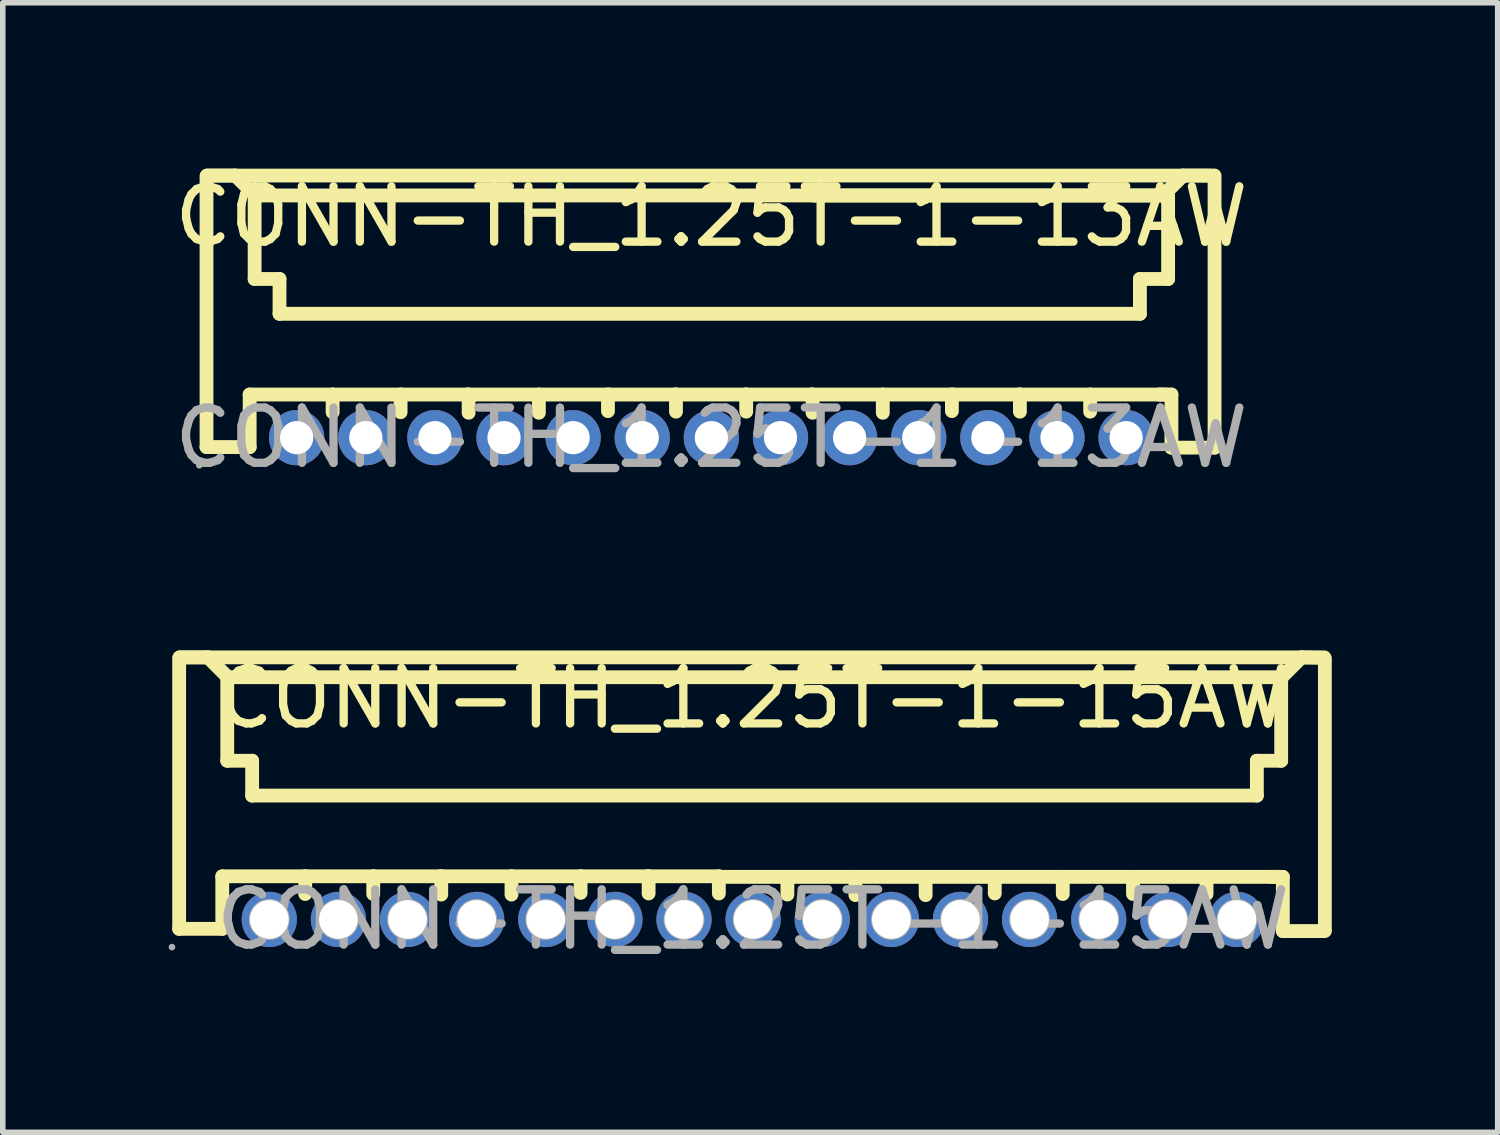
<source format=kicad_pcb>
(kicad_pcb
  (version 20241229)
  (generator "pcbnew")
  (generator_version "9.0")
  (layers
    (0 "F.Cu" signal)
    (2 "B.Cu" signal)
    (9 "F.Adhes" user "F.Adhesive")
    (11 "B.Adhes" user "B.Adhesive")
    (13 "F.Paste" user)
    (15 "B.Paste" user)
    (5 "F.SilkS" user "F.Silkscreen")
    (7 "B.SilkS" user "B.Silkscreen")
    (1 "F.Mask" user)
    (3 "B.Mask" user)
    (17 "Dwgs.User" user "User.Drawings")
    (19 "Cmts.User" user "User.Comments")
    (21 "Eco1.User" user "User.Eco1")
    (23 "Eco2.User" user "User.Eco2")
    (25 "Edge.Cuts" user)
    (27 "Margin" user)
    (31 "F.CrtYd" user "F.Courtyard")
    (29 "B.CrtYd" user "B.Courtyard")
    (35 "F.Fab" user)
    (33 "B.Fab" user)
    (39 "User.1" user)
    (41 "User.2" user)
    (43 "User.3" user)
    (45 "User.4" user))
  (footprint "CONN-TH_1.25T-1-15AW"
    (layer "F.Cu")
    (at 10.57 13.578)
    (property "Reference" "CONN-TH_1.25T-1-15AW" (at 0 -4 0) (layer "F.SilkS") (effects (font (size 1 1) (thickness 0.15))))
    (attr through_hole)
    (fp_line (start -10.38 -4.73) (end -10.38 0.17) (stroke (width 0.25) (type solid)) (layer "F.SilkS"))
    (fp_line (start -10.38 0.17) (end -9.6 0.17) (stroke (width 0.25) (type solid)) (layer "F.SilkS"))
    (fp_line (start -10.37 -4.74) (end -9.86 -4.74) (stroke (width 0.25) (type solid)) (layer "F.SilkS"))
    (fp_line (start -10.37 -4.74) (end 10.33 -4.74) (stroke (width 0.25) (type solid)) (layer "F.SilkS"))
    (fp_line (start -9.86 -4.74) (end -9.5 -4.38) (stroke (width 0.25) (type solid)) (layer "F.SilkS"))
    (fp_line (start -9.6 -0.78) (end -8.1 -0.78) (stroke (width 0.25) (type solid)) (layer "F.SilkS"))
    (fp_line (start -9.6 0.17) (end -9.6 -0.78) (stroke (width 0.25) (type solid)) (layer "F.SilkS"))
    (fp_line (start -9.51 -4.34) (end -9.51 -2.87) (stroke (width 0.25) (type solid)) (layer "F.SilkS"))
    (fp_line (start -9.51 -2.87) (end -9.06 -2.87) (stroke (width 0.25) (type solid)) (layer "F.SilkS"))
    (fp_line (start -9.5 -4.38) (end -9.5 -4.35) (stroke (width 0.25) (type solid)) (layer "F.SilkS"))
    (fp_line (start -9.5 -4.38) (end 9.56 -4.38) (stroke (width 0.25) (type solid)) (layer "F.SilkS"))
    (fp_line (start -9.06 -2.87) (end -9.06 -2.24) (stroke (width 0.25) (type solid)) (layer "F.SilkS"))
    (fp_line (start -9.06 -2.24) (end 9.11 -2.24) (stroke (width 0.25) (type solid)) (layer "F.SilkS"))
    (fp_line (start -8.1 -0.78) (end -8.1 -0.46) (stroke (width 0.25) (type solid)) (layer "F.SilkS"))
    (fp_line (start -8.09 -0.78) (end -6.87 -0.78) (stroke (width 0.25) (type solid)) (layer "F.SilkS"))
    (fp_line (start -6.87 -0.78) (end -6.87 -0.46) (stroke (width 0.25) (type solid)) (layer "F.SilkS"))
    (fp_line (start -6.86 -0.78) (end -5.64 -0.78) (stroke (width 0.25) (type solid)) (layer "F.SilkS"))
    (fp_line (start -5.66 -0.78) (end -4.37 -0.78) (stroke (width 0.25) (type solid)) (layer "F.SilkS"))
    (fp_line (start -5.64 -0.78) (end -5.64 -0.45) (stroke (width 0.25) (type solid)) (layer "F.SilkS"))
    (fp_line (start -4.37 -0.78) (end -4.37 -0.45) (stroke (width 0.25) (type solid)) (layer "F.SilkS"))
    (fp_line (start -4.34 -0.78) (end -3.12 -0.78) (stroke (width 0.25) (type solid)) (layer "F.SilkS"))
    (fp_line (start -3.12 -0.78) (end -3.12 -0.48) (stroke (width 0.25) (type solid)) (layer "F.SilkS"))
    (fp_line (start -3.11 -0.78) (end -1.89 -0.78) (stroke (width 0.25) (type solid)) (layer "F.SilkS"))
    (fp_line (start -1.91 -0.78) (end -0.62 -0.78) (stroke (width 0.25) (type solid)) (layer "F.SilkS"))
    (fp_line (start -1.89 -0.78) (end -1.89 -0.47) (stroke (width 0.25) (type solid)) (layer "F.SilkS"))
    (fp_line (start -0.62 -0.78) (end -0.62 -0.47) (stroke (width 0.25) (type solid)) (layer "F.SilkS"))
    (fp_line (start -0.6 -0.77) (end 0.62 -0.77) (stroke (width 0.25) (type solid)) (layer "F.SilkS"))
    (fp_line (start 0.62 -0.77) (end 0.62 -0.45) (stroke (width 0.25) (type solid)) (layer "F.SilkS"))
    (fp_line (start 0.63 -0.77) (end 1.85 -0.77) (stroke (width 0.25) (type solid)) (layer "F.SilkS"))
    (fp_line (start 1.83 -0.77) (end 3.12 -0.77) (stroke (width 0.25) (type solid)) (layer "F.SilkS"))
    (fp_line (start 1.85 -0.77) (end 1.85 -0.44) (stroke (width 0.25) (type solid)) (layer "F.SilkS"))
    (fp_line (start 3.12 -0.77) (end 3.12 -0.44) (stroke (width 0.25) (type solid)) (layer "F.SilkS"))
    (fp_line (start 3.15 -0.77) (end 4.37 -0.77) (stroke (width 0.25) (type solid)) (layer "F.SilkS"))
    (fp_line (start 4.37 -0.77) (end 4.37 -0.47) (stroke (width 0.25) (type solid)) (layer "F.SilkS"))
    (fp_line (start 4.38 -0.77) (end 5.6 -0.77) (stroke (width 0.25) (type solid)) (layer "F.SilkS"))
    (fp_line (start 5.58 -0.77) (end 6.87 -0.77) (stroke (width 0.25) (type solid)) (layer "F.SilkS"))
    (fp_line (start 5.6 -0.77) (end 5.6 -0.46) (stroke (width 0.25) (type solid)) (layer "F.SilkS"))
    (fp_line (start 6.87 -0.77) (end 6.87 -0.46) (stroke (width 0.25) (type solid)) (layer "F.SilkS"))
    (fp_line (start 6.91 -0.77) (end 8.2 -0.77) (stroke (width 0.25) (type solid)) (layer "F.SilkS"))
    (fp_line (start 8.2 -0.77) (end 8.2 -0.46) (stroke (width 0.25) (type solid)) (layer "F.SilkS"))
    (fp_line (start 8.23 -0.77) (end 9.51 -0.77) (stroke (width 0.25) (type solid)) (layer "F.SilkS"))
    (fp_line (start 9.11 -2.87) (end 9.55 -2.87) (stroke (width 0.25) (type solid)) (layer "F.SilkS"))
    (fp_line (start 9.11 -2.24) (end 9.11 -2.87) (stroke (width 0.25) (type solid)) (layer "F.SilkS"))
    (fp_line (start 9.55 -4.35) (end 9.56 -4.4) (stroke (width 0.25) (type solid)) (layer "F.SilkS"))
    (fp_line (start 9.55 -2.87) (end 9.55 -4.35) (stroke (width 0.25) (type solid)) (layer "F.SilkS"))
    (fp_line (start 9.56 -4.38) (end 9.92 -4.74) (stroke (width 0.25) (type solid)) (layer "F.SilkS"))
    (fp_line (start 9.58 -0.77) (end 9.37 -0.77) (stroke (width 0.25) (type solid)) (layer "F.SilkS"))
    (fp_line (start 9.58 0.21) (end 9.58 -0.77) (stroke (width 0.25) (type solid)) (layer "F.SilkS"))
    (fp_line (start 9.92 -4.74) (end 10.32 -4.73) (stroke (width 0.25) (type solid)) (layer "F.SilkS"))
    (fp_line (start 10.34 -4.72) (end 10.34 0.18) (stroke (width 0.25) (type solid)) (layer "F.SilkS"))
    (fp_line (start 10.34 0.21) (end 9.58 0.21) (stroke (width 0.25) (type solid)) (layer "F.SilkS"))
    (fp_circle (center -10.51 0.5) (end -10.48 0.5) (stroke (width 0.06) (type solid)) (fill no) (layer "F.Fab"))
    (fp_circle (center -8.75 0) (end -8.63 0) (stroke (width 0.25) (type solid)) (fill no) (layer "F.Fab"))
    (fp_circle (center -7.5 0) (end -7.38 0) (stroke (width 0.25) (type solid)) (fill no) (layer "F.Fab"))
    (fp_circle (center -6.25 0) (end -6.13 0) (stroke (width 0.25) (type solid)) (fill no) (layer "F.Fab"))
    (fp_circle (center -5 0) (end -4.88 0) (stroke (width 0.25) (type solid)) (fill no) (layer "F.Fab"))
    (fp_circle (center -3.75 0) (end -3.63 0) (stroke (width 0.25) (type solid)) (fill no) (layer "F.Fab"))
    (fp_circle (center -2.5 0) (end -2.38 0) (stroke (width 0.25) (type solid)) (fill no) (layer "F.Fab"))
    (fp_circle (center -1.25 0) (end -1.13 0) (stroke (width 0.25) (type solid)) (fill no) (layer "F.Fab"))
    (fp_circle (center 0 0) (end 0.12 0) (stroke (width 0.25) (type solid)) (fill no) (layer "F.Fab"))
    (fp_circle (center 1.25 0) (end 1.37 0) (stroke (width 0.25) (type solid)) (fill no) (layer "F.Fab"))
    (fp_circle (center 2.5 0) (end 2.62 0) (stroke (width 0.25) (type solid)) (fill no) (layer "F.Fab"))
    (fp_circle (center 3.75 0) (end 3.87 0) (stroke (width 0.25) (type solid)) (fill no) (layer "F.Fab"))
    (fp_circle (center 5 0) (end 5.12 0) (stroke (width 0.25) (type solid)) (fill no) (layer "F.Fab"))
    (fp_circle (center 6.25 0) (end 6.37 0) (stroke (width 0.25) (type solid)) (fill no) (layer "F.Fab"))
    (fp_circle (center 7.5 0) (end 7.62 0) (stroke (width 0.25) (type solid)) (fill no) (layer "F.Fab"))
    (fp_circle (center 8.75 0) (end 8.87 0) (stroke (width 0.25) (type solid)) (fill no) (layer "F.Fab"))
    (fp_text user "${REFERENCE}" (at 0 0 0) (layer "F.Fab") (effects (font (size 1 1) (thickness 0.15))))
    (pad "1" thru_hole circle (at -8.75 0) (size 1 1) (drill 0.7) (layers "*.Cu" "*.Paste" "*.Mask"))
    (pad "2" thru_hole circle (at -7.5 0) (size 1 1) (drill 0.7) (layers "*.Cu" "*.Paste" "*.Mask"))
    (pad "3" thru_hole circle (at -6.25 0) (size 1 1) (drill 0.7) (layers "*.Cu" "*.Paste" "*.Mask"))
    (pad "4" thru_hole circle (at -5 0) (size 1 1) (drill 0.7) (layers "*.Cu" "*.Paste" "*.Mask"))
    (pad "5" thru_hole circle (at -3.75 0) (size 1 1) (drill 0.7) (layers "*.Cu" "*.Paste" "*.Mask"))
    (pad "6" thru_hole circle (at -2.5 0) (size 1 1) (drill 0.7) (layers "*.Cu" "*.Paste" "*.Mask"))
    (pad "7" thru_hole circle (at -1.25 0) (size 1 1) (drill 0.7) (layers "*.Cu" "*.Paste" "*.Mask"))
    (pad "8" thru_hole circle (at 0 0) (size 1 1) (drill 0.7) (layers "*.Cu" "*.Paste" "*.Mask"))
    (pad "9" thru_hole circle (at 1.25 0) (size 1 1) (drill 0.7) (layers "*.Cu" "*.Paste" "*.Mask"))
    (pad "10" thru_hole circle (at 2.5 0) (size 1 1) (drill 0.7) (layers "*.Cu" "*.Paste" "*.Mask"))
    (pad "11" thru_hole circle (at 3.75 0) (size 1 1) (drill 0.7) (layers "*.Cu" "*.Paste" "*.Mask"))
    (pad "12" thru_hole circle (at 5 0) (size 1 1) (drill 0.7) (layers "*.Cu" "*.Paste" "*.Mask"))
    (pad "13" thru_hole circle (at 6.25 0) (size 1 1) (drill 0.7) (layers "*.Cu" "*.Paste" "*.Mask"))
    (pad "14" thru_hole circle (at 7.5 0) (size 1 1) (drill 0.7) (layers "*.Cu" "*.Paste" "*.Mask"))
    (pad "15" thru_hole circle (at 8.75 0) (size 1 1) (drill 0.7) (layers "*.Cu" "*.Paste" "*.Mask")))
  (footprint "CONN-TH_1.25T-1-13AW"
    (layer "F.Cu")
    (at 9.815 4.865)
    (property "Reference" "CONN-TH_1.25T-1-13AW" (at 0 -4 0) (layer "F.SilkS") (effects (font (size 1 1) (thickness 0.15))))
    (attr through_hole)
    (fp_line (start -9.13 -4.73) (end -9.13 0.17) (stroke (width 0.25) (type solid)) (layer "F.SilkS"))
    (fp_line (start -9.13 0.17) (end -8.35 0.17) (stroke (width 0.25) (type solid)) (layer "F.SilkS"))
    (fp_line (start -9.12 -4.74) (end -8.61 -4.74) (stroke (width 0.25) (type solid)) (layer "F.SilkS"))
    (fp_line (start -9.12 -4.74) (end 9.08 -4.74) (stroke (width 0.25) (type solid)) (layer "F.SilkS"))
    (fp_line (start -8.61 -4.74) (end -8.25 -4.38) (stroke (width 0.25) (type solid)) (layer "F.SilkS"))
    (fp_line (start -8.35 -0.78) (end -6.85 -0.78) (stroke (width 0.25) (type solid)) (layer "F.SilkS"))
    (fp_line (start -8.35 0.17) (end -8.35 -0.78) (stroke (width 0.25) (type solid)) (layer "F.SilkS"))
    (fp_line (start -8.26 -4.34) (end -8.26 -2.87) (stroke (width 0.25) (type solid)) (layer "F.SilkS"))
    (fp_line (start -8.26 -2.87) (end -7.81 -2.87) (stroke (width 0.25) (type solid)) (layer "F.SilkS"))
    (fp_line (start -8.25 -4.38) (end -8.25 -4.35) (stroke (width 0.25) (type solid)) (layer "F.SilkS"))
    (fp_line (start -8.25 -4.38) (end 8.17 -4.38) (stroke (width 0.25) (type solid)) (layer "F.SilkS"))
    (fp_line (start -7.81 -2.87) (end -7.81 -2.24) (stroke (width 0.25) (type solid)) (layer "F.SilkS"))
    (fp_line (start -7.81 -2.24) (end 7.75 -2.24) (stroke (width 0.25) (type solid)) (layer "F.SilkS"))
    (fp_line (start -6.85 -0.78) (end -6.85 -0.46) (stroke (width 0.25) (type solid)) (layer "F.SilkS"))
    (fp_line (start -6.84 -0.78) (end -5.62 -0.78) (stroke (width 0.25) (type solid)) (layer "F.SilkS"))
    (fp_line (start -5.62 -0.78) (end -5.62 -0.46) (stroke (width 0.25) (type solid)) (layer "F.SilkS"))
    (fp_line (start -5.61 -0.78) (end -4.39 -0.78) (stroke (width 0.25) (type solid)) (layer "F.SilkS"))
    (fp_line (start -4.41 -0.78) (end -3.12 -0.78) (stroke (width 0.25) (type solid)) (layer "F.SilkS"))
    (fp_line (start -4.39 -0.78) (end -4.39 -0.45) (stroke (width 0.25) (type solid)) (layer "F.SilkS"))
    (fp_line (start -3.12 -0.78) (end -3.12 -0.45) (stroke (width 0.25) (type solid)) (layer "F.SilkS"))
    (fp_line (start -3.09 -0.78) (end -1.87 -0.78) (stroke (width 0.25) (type solid)) (layer "F.SilkS"))
    (fp_line (start -1.87 -0.78) (end -1.87 -0.48) (stroke (width 0.25) (type solid)) (layer "F.SilkS"))
    (fp_line (start -1.86 -0.78) (end -0.64 -0.78) (stroke (width 0.25) (type solid)) (layer "F.SilkS"))
    (fp_line (start -0.66 -0.78) (end 0.63 -0.78) (stroke (width 0.25) (type solid)) (layer "F.SilkS"))
    (fp_line (start -0.64 -0.78) (end -0.64 -0.47) (stroke (width 0.25) (type solid)) (layer "F.SilkS"))
    (fp_line (start 0.61 -0.78) (end 1.83 -0.78) (stroke (width 0.25) (type solid)) (layer "F.SilkS"))
    (fp_line (start 0.63 -0.78) (end 0.63 -0.47) (stroke (width 0.25) (type solid)) (layer "F.SilkS"))
    (fp_line (start 1.81 -0.78) (end 3.1 -0.78) (stroke (width 0.25) (type solid)) (layer "F.SilkS"))
    (fp_line (start 1.83 -0.78) (end 1.83 -0.45) (stroke (width 0.25) (type solid)) (layer "F.SilkS"))
    (fp_line (start 1.86 -4.38) (end 1.87 -4.38) (stroke (width 0.25) (type solid)) (layer "F.SilkS"))
    (fp_line (start 3.1 -0.78) (end 3.1 -0.45) (stroke (width 0.25) (type solid)) (layer "F.SilkS"))
    (fp_line (start 3.13 -0.78) (end 4.35 -0.78) (stroke (width 0.25) (type solid)) (layer "F.SilkS"))
    (fp_line (start 4.35 -0.78) (end 4.35 -0.48) (stroke (width 0.25) (type solid)) (layer "F.SilkS"))
    (fp_line (start 4.36 -0.78) (end 5.58 -0.78) (stroke (width 0.25) (type solid)) (layer "F.SilkS"))
    (fp_line (start 5.56 -0.78) (end 6.85 -0.78) (stroke (width 0.25) (type solid)) (layer "F.SilkS"))
    (fp_line (start 5.58 -0.78) (end 5.58 -0.47) (stroke (width 0.25) (type solid)) (layer "F.SilkS"))
    (fp_line (start 6.85 -0.78) (end 6.85 -0.47) (stroke (width 0.25) (type solid)) (layer "F.SilkS"))
    (fp_line (start 6.88 -0.78) (end 8.11 -0.78) (stroke (width 0.25) (type solid)) (layer "F.SilkS"))
    (fp_line (start 7.75 -2.87) (end 8.26 -2.87) (stroke (width 0.25) (type solid)) (layer "F.SilkS"))
    (fp_line (start 7.75 -2.24) (end 7.75 -2.87) (stroke (width 0.25) (type solid)) (layer "F.SilkS"))
    (fp_line (start 8.11 -0.78) (end 8.23 -0.78) (stroke (width 0.25) (type solid)) (layer "F.SilkS"))
    (fp_line (start 8.17 -4.38) (end 8.53 -4.74) (stroke (width 0.25) (type solid)) (layer "F.SilkS"))
    (fp_line (start 8.26 -4.38) (end 1.86 -4.38) (stroke (width 0.25) (type solid)) (layer "F.SilkS"))
    (fp_line (start 8.26 -2.87) (end 8.26 -4.38) (stroke (width 0.25) (type solid)) (layer "F.SilkS"))
    (fp_line (start 8.32 -0.78) (end 8.11 -0.78) (stroke (width 0.25) (type solid)) (layer "F.SilkS"))
    (fp_line (start 8.32 0.18) (end 8.32 -0.78) (stroke (width 0.25) (type solid)) (layer "F.SilkS"))
    (fp_line (start 8.53 -4.74) (end 9.01 -4.74) (stroke (width 0.25) (type solid)) (layer "F.SilkS"))
    (fp_line (start 9.1 -4.74) (end 9.1 0.16) (stroke (width 0.25) (type solid)) (layer "F.SilkS"))
    (fp_line (start 9.1 0.18) (end 8.32 0.18) (stroke (width 0.25) (type solid)) (layer "F.SilkS"))
    (fp_line (start 9.1 0.18) (end 9.1 0.18) (stroke (width 0.25) (type solid)) (layer "F.SilkS"))
    (fp_circle (center -9.26 0.5) (end -9.23 0.5) (stroke (width 0.06) (type solid)) (fill no) (layer "F.Fab"))
    (fp_circle (center -7.5 0) (end -7.4 0) (stroke (width 0.2) (type solid)) (fill no) (layer "F.Fab"))
    (fp_circle (center -6.25 0) (end -6.15 0) (stroke (width 0.2) (type solid)) (fill no) (layer "F.Fab"))
    (fp_circle (center -5 0) (end -4.9 0) (stroke (width 0.2) (type solid)) (fill no) (layer "F.Fab"))
    (fp_circle (center -3.75 0) (end -3.65 0) (stroke (width 0.2) (type solid)) (fill no) (layer "F.Fab"))
    (fp_circle (center -2.5 0) (end -2.4 0) (stroke (width 0.2) (type solid)) (fill no) (layer "F.Fab"))
    (fp_circle (center -1.25 0) (end -1.15 0) (stroke (width 0.2) (type solid)) (fill no) (layer "F.Fab"))
    (fp_circle (center 0 0) (end 0.1 0) (stroke (width 0.2) (type solid)) (fill no) (layer "F.Fab"))
    (fp_circle (center 1.25 0) (end 1.35 0) (stroke (width 0.2) (type solid)) (fill no) (layer "F.Fab"))
    (fp_circle (center 2.5 0) (end 2.6 0) (stroke (width 0.2) (type solid)) (fill no) (layer "F.Fab"))
    (fp_circle (center 3.75 0) (end 3.85 0) (stroke (width 0.2) (type solid)) (fill no) (layer "F.Fab"))
    (fp_circle (center 5 0) (end 5.1 0) (stroke (width 0.2) (type solid)) (fill no) (layer "F.Fab"))
    (fp_circle (center 6.25 0) (end 6.35 0) (stroke (width 0.2) (type solid)) (fill no) (layer "F.Fab"))
    (fp_circle (center 7.5 0) (end 7.6 0) (stroke (width 0.2) (type solid)) (fill no) (layer "F.Fab"))
    (fp_text user "${REFERENCE}" (at 0 0 0) (layer "F.Fab") (effects (font (size 1 1) (thickness 0.15))))
    (pad "1" thru_hole circle (at -7.5 0) (size 1 1) (drill 0.6) (layers "*.Cu" "*.Paste" "*.Mask"))
    (pad "2" thru_hole circle (at -6.25 0) (size 1 1) (drill 0.6) (layers "*.Cu" "*.Paste" "*.Mask"))
    (pad "3" thru_hole circle (at -5 0) (size 1 1) (drill 0.6) (layers "*.Cu" "*.Paste" "*.Mask"))
    (pad "4" thru_hole circle (at -3.75 0) (size 1 1) (drill 0.6) (layers "*.Cu" "*.Paste" "*.Mask"))
    (pad "5" thru_hole circle (at -2.5 0) (size 1 1) (drill 0.6) (layers "*.Cu" "*.Paste" "*.Mask"))
    (pad "6" thru_hole circle (at -1.25 0) (size 1 1) (drill 0.6) (layers "*.Cu" "*.Paste" "*.Mask"))
    (pad "7" thru_hole circle (at 0 0) (size 1 1) (drill 0.6) (layers "*.Cu" "*.Paste" "*.Mask"))
    (pad "8" thru_hole circle (at 1.25 0) (size 1 1) (drill 0.6) (layers "*.Cu" "*.Paste" "*.Mask"))
    (pad "9" thru_hole circle (at 2.5 0) (size 1 1) (drill 0.6) (layers "*.Cu" "*.Paste" "*.Mask"))
    (pad "10" thru_hole circle (at 3.75 0) (size 1 1) (drill 0.6) (layers "*.Cu" "*.Paste" "*.Mask"))
    (pad "11" thru_hole circle (at 5 0) (size 1 1) (drill 0.6) (layers "*.Cu" "*.Paste" "*.Mask"))
    (pad "12" thru_hole circle (at 6.25 0) (size 1 1) (drill 0.6) (layers "*.Cu" "*.Paste" "*.Mask"))
    (pad "13" thru_hole circle (at 7.5 0) (size 1 1) (drill 0.6) (layers "*.Cu" "*.Paste" "*.Mask")))
  (gr_rect
    (start -3 -3)
    (end 24.035 17.427)
    (stroke (width 0.1) (type default))
    (fill no)
    (layer "Edge.Cuts")))
</source>
